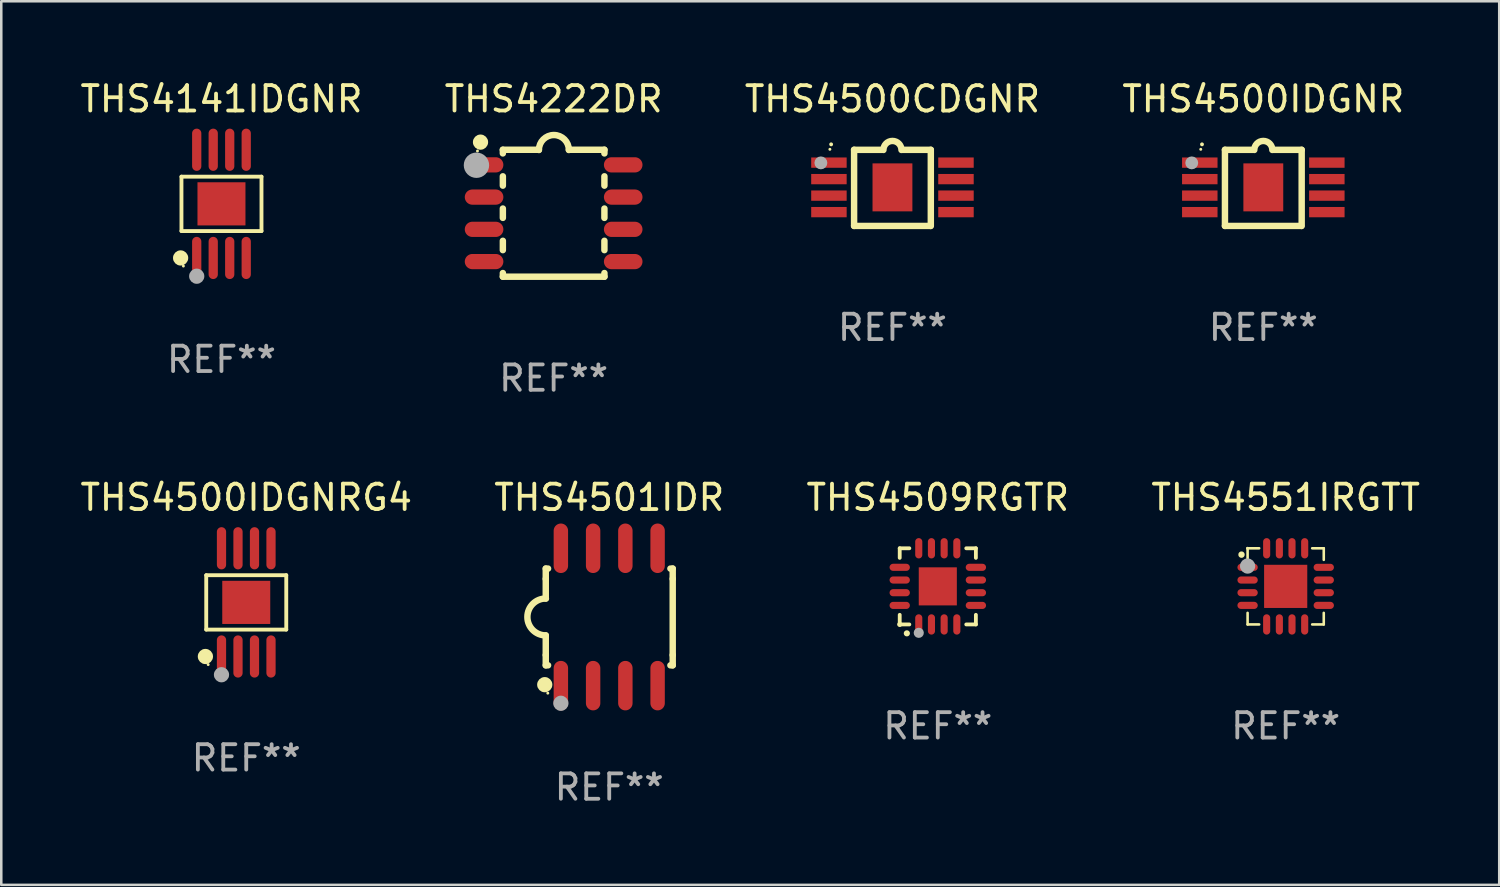
<source format=kicad_pcb>
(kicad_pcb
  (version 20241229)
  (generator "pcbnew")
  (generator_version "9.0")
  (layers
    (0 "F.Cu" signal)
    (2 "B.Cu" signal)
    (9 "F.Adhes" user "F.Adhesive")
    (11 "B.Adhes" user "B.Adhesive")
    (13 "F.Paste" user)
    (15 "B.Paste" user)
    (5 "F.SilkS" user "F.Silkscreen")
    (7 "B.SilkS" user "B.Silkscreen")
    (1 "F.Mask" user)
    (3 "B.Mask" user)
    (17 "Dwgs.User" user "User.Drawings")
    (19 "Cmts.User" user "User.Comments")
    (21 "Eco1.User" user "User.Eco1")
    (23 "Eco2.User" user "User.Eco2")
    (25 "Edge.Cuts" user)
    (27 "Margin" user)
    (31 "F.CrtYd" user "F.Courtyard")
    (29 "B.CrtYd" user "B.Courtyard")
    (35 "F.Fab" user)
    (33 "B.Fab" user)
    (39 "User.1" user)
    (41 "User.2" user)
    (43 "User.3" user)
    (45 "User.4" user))
  (footprint "THS4141IDGNR"
    (layer "F.Cu")
    (at 5.673 4.979)
    (property "Reference" "THS4141IDGNR" (at 0 -4.131 0) (layer "F.SilkS") (effects (font (size 1 1) (thickness 0.15))))
    (attr through_hole)
    (fp_line (start -1.576 -1.071) (end 1.576 -1.071) (stroke (width 0.152) (type solid)) (layer "F.SilkS"))
    (fp_line (start -1.576 1.071) (end -1.576 -1.071) (stroke (width 0.152) (type solid)) (layer "F.SilkS"))
    (fp_line (start 1.576 -1.071) (end 1.576 1.071) (stroke (width 0.152) (type solid)) (layer "F.SilkS"))
    (fp_line (start 1.576 1.071) (end -1.576 1.071) (stroke (width 0.152) (type solid)) (layer "F.SilkS"))
    (fp_circle (center -1.609 2.131) (end -1.459 2.131) (stroke (width 0.3) (type solid)) (fill no) (layer "F.SilkS"))
    (fp_circle (center -1.5 2.45) (end -1.47 2.45) (stroke (width 0.06) (type solid)) (fill no) (layer "F.SilkS"))
    (fp_circle (center -0.975 2.85) (end -0.825 2.85) (stroke (width 0.3) (type solid)) (fill no) (layer "F.Fab"))
    (fp_text user "REF**" (at 0 6.131 0) (layer "F.Fab") (effects (font (size 1 1) (thickness 0.15))))
    (pad "1" smd oval (at -0.975 2.131) (size 0.364 1.662) (layers "F.Cu" "F.Mask" "F.Paste"))
    (pad "2" smd oval (at -0.325 2.131) (size 0.364 1.662) (layers "F.Cu" "F.Mask" "F.Paste"))
    (pad "3" smd oval (at 0.325 2.131) (size 0.364 1.662) (layers "F.Cu" "F.Mask" "F.Paste"))
    (pad "4" smd oval (at 0.975 2.131) (size 0.364 1.662) (layers "F.Cu" "F.Mask" "F.Paste"))
    (pad "5" smd oval (at 0.975 -2.131) (size 0.364 1.662) (layers "F.Cu" "F.Mask" "F.Paste"))
    (pad "6" smd oval (at 0.325 -2.131) (size 0.364 1.662) (layers "F.Cu" "F.Mask" "F.Paste"))
    (pad "7" smd oval (at -0.325 -2.131) (size 0.364 1.662) (layers "F.Cu" "F.Mask" "F.Paste"))
    (pad "8" smd oval (at -0.975 -2.131) (size 0.364 1.662) (layers "F.Cu" "F.Mask" "F.Paste"))
    (pad "9" smd rect (at 0 0) (size 1.89 1.7) (layers "F.Cu" "F.Mask" "F.Paste")))
  (footprint "THS4222DR"
    (layer "F.Cu")
    (at 18.756 5.348)
    (property "Reference" "THS4222DR" (at 0 -4.5 0) (layer "F.SilkS") (effects (font (size 1 1) (thickness 0.15))))
    (attr through_hole)
    (fp_line (start -2 -2.5) (end -2 -2.356) (stroke (width 0.254) (type solid)) (layer "F.SilkS"))
    (fp_line (start -2 -1.454) (end -2 -1.086) (stroke (width 0.254) (type solid)) (layer "F.SilkS"))
    (fp_line (start -2 -0.184) (end -2 0.184) (stroke (width 0.254) (type solid)) (layer "F.SilkS"))
    (fp_line (start -2 1.086) (end -2 1.454) (stroke (width 0.254) (type solid)) (layer "F.SilkS"))
    (fp_line (start -2 2.356) (end -2 2.5) (stroke (width 0.254) (type solid)) (layer "F.SilkS"))
    (fp_line (start -0.58 -2.5) (end -2 -2.5) (stroke (width 0.254) (type solid)) (layer "F.SilkS"))
    (fp_line (start 2 -2.5) (end 0.6 -2.5) (stroke (width 0.254) (type solid)) (layer "F.SilkS"))
    (fp_line (start 2 -2.5) (end 2 -2.356) (stroke (width 0.254) (type solid)) (layer "F.SilkS"))
    (fp_line (start 2 -1.454) (end 2 -1.086) (stroke (width 0.254) (type solid)) (layer "F.SilkS"))
    (fp_line (start 2 -0.184) (end 2 0.184) (stroke (width 0.254) (type solid)) (layer "F.SilkS"))
    (fp_line (start 2 1.086) (end 2 1.454) (stroke (width 0.254) (type solid)) (layer "F.SilkS"))
    (fp_line (start 2 2.356) (end 2 2.5) (stroke (width 0.254) (type solid)) (layer "F.SilkS"))
    (fp_line (start 2 2.5) (end -2 2.5) (stroke (width 0.254) (type solid)) (layer "F.SilkS"))
    (fp_arc (start -0.579908 -2.489992) (mid 0.010097 -3.07831) (end 0.600102 -2.489992) (stroke (width 0.254001) (type solid)) (layer "F.SilkS"))
    (fp_circle (center -3 -2.45) (end -2.97 -2.45) (stroke (width 0.06) (type solid)) (fill no) (layer "F.SilkS"))
    (fp_circle (center -2.88 -2.8) (end -2.73 -2.8) (stroke (width 0.3) (type solid)) (fill no) (layer "F.SilkS"))
    (fp_circle (center -3.04 -1.89) (end -2.79 -1.89) (stroke (width 0.5) (type solid)) (fill no) (layer "F.Fab"))
    (fp_text user "REF**" (at 0 6.5 0) (layer "F.Fab") (effects (font (size 1 1) (thickness 0.15))))
    (pad "1" smd oval (at -2.74 -1.905 90) (size 0.6 1.52) (layers "F.Cu" "F.Mask" "F.Paste"))
    (pad "2" smd oval (at -2.74 -0.635 90) (size 0.6 1.52) (layers "F.Cu" "F.Mask" "F.Paste"))
    (pad "3" smd oval (at -2.74 0.635 90) (size 0.6 1.52) (layers "F.Cu" "F.Mask" "F.Paste"))
    (pad "4" smd oval (at -2.74 1.905 90) (size 0.6 1.52) (layers "F.Cu" "F.Mask" "F.Paste"))
    (pad "5" smd oval (at 2.74 1.905 90) (size 0.6 1.52) (layers "F.Cu" "F.Mask" "F.Paste"))
    (pad "6" smd oval (at 2.74 0.635 90) (size 0.6 1.52) (layers "F.Cu" "F.Mask" "F.Paste"))
    (pad "7" smd oval (at 2.74 -0.635 90) (size 0.6 1.52) (layers "F.Cu" "F.Mask" "F.Paste"))
    (pad "8" smd oval (at 2.74 -1.905 90) (size 0.6 1.52) (layers "F.Cu" "F.Mask" "F.Paste")))
  (footprint "THS4500CDGNR"
    (layer "F.Cu")
    (at 32.101 4.35)
    (property "Reference" "THS4500CDGNR" (at 0 -3.501 0) (layer "F.SilkS") (effects (font (size 1 1) (thickness 0.15))))
    (attr through_hole)
    (fp_line (start -1.511 -1.501) (end -1.511 1.499) (stroke (width 0.254) (type solid)) (layer "F.SilkS"))
    (fp_line (start -1.511 -1.499) (end -0.4 -1.499) (stroke (width 0.254) (type solid)) (layer "F.SilkS"))
    (fp_line (start -1.511 1.499) (end 1.489 1.499) (stroke (width 0.254) (type solid)) (layer "F.SilkS"))
    (fp_line (start 0.4 -1.499) (end 1.511 -1.499) (stroke (width 0.254) (type solid)) (layer "F.SilkS"))
    (fp_line (start 1.511 -1.499) (end 1.511 1.501) (stroke (width 0.254) (type solid)) (layer "F.SilkS"))
    (fp_arc (start -2.415138 -1.713233) (mid -2.415144 -1.714503) (end -2.415138 -1.715773) (stroke (width 0.150013) (type solid)) (layer "F.SilkS"))
    (fp_arc (start -0.355728 -1.493396) (mid -0.000127 -1.848997) (end 0.355474 -1.493396) (stroke (width 0.254001) (type solid)) (layer "F.SilkS"))
    (fp_circle (center -2.464 -1.519) (end -2.434 -1.519) (stroke (width 0.06) (type solid)) (fill no) (layer "F.SilkS"))
    (fp_circle (center -2.819 -0.985) (end -2.692 -0.985) (stroke (width 0.254) (type solid)) (fill no) (layer "F.Fab"))
    (fp_text user "REF**" (at 0 5.501 0) (layer "F.Fab") (effects (font (size 1 1) (thickness 0.15))))
    (pad "1" smd rect (at -2.502 -0.995) (size 1.397 0.406) (layers "F.Cu" "F.Mask" "F.Paste"))
    (pad "2" smd rect (at -2.502 -0.345) (size 1.397 0.406) (layers "F.Cu" "F.Mask" "F.Paste"))
    (pad "3" smd rect (at -2.502 0.305) (size 1.397 0.406) (layers "F.Cu" "F.Mask" "F.Paste"))
    (pad "4" smd rect (at -2.502 0.955) (size 1.397 0.406) (layers "F.Cu" "F.Mask" "F.Paste"))
    (pad "5" smd rect (at 2.502 0.955) (size 1.397 0.406) (layers "F.Cu" "F.Mask" "F.Paste"))
    (pad "6" smd rect (at 2.502 0.305) (size 1.397 0.406) (layers "F.Cu" "F.Mask" "F.Paste"))
    (pad "7" smd rect (at 2.502 -0.345) (size 1.397 0.406) (layers "F.Cu" "F.Mask" "F.Paste"))
    (pad "8" smd rect (at 2.502 -0.995) (size 1.397 0.406) (layers "F.Cu" "F.Mask" "F.Paste"))
    (pad "9" smd rect (at 0 -0.02 180) (size 1.57 1.89) (layers "F.Cu" "F.Mask" "F.Paste")))
  (footprint "THS4501IDR"
    (layer "F.Cu")
    (at 20.946 21.25)
    (property "Reference" "THS4501IDR" (at 0 -4.705 0) (layer "F.SilkS") (effects (font (size 1 1) (thickness 0.15))))
    (attr through_hole)
    (fp_line (start -2.5 -1.905) (end -2.409 -1.905) (stroke (width 0.254) (type solid)) (layer "F.SilkS"))
    (fp_line (start -2.5 -1.5) (end -2.5 -1.905) (stroke (width 0.254) (type solid)) (layer "F.SilkS"))
    (fp_line (start -2.5 -1.5) (end -2.5 -0.726) (stroke (width 0.254) (type solid)) (layer "F.SilkS"))
    (fp_line (start -2.5 1.5) (end -2.5 0.727) (stroke (width 0.254) (type solid)) (layer "F.SilkS"))
    (fp_line (start -2.5 1.5) (end -2.5 1.905) (stroke (width 0.254) (type solid)) (layer "F.SilkS"))
    (fp_line (start -2.5 1.905) (end -2.409 1.905) (stroke (width 0.254) (type solid)) (layer "F.SilkS"))
    (fp_line (start 2.5 -1.905) (end 2.409 -1.905) (stroke (width 0.254) (type solid)) (layer "F.SilkS"))
    (fp_line (start 2.5 -1.5) (end 2.5 -1.905) (stroke (width 0.254) (type solid)) (layer "F.SilkS"))
    (fp_line (start 2.5 -1.5) (end 2.5 1.5) (stroke (width 0.254) (type solid)) (layer "F.SilkS"))
    (fp_line (start 2.5 1.5) (end 2.5 1.905) (stroke (width 0.254) (type solid)) (layer "F.SilkS"))
    (fp_line (start 2.5 1.905) (end 2.409 1.905) (stroke (width 0.254) (type solid)) (layer "F.SilkS"))
    (fp_arc (start -2.5 0.726568) (mid -3.220316 -0.0023) (end -2.495097 -0.726289) (stroke (width 0.254001) (type solid)) (layer "F.SilkS"))
    (fp_circle (center -2.54 2.667) (end -2.39 2.667) (stroke (width 0.3) (type solid)) (fill no) (layer "F.SilkS"))
    (fp_circle (center -2.42 3) (end -2.39 3) (stroke (width 0.06) (type solid)) (fill no) (layer "F.SilkS"))
    (fp_circle (center -1.905 3.4) (end -1.755 3.4) (stroke (width 0.3) (type solid)) (fill no) (layer "F.Fab"))
    (fp_text user "REF**" (at 0 6.705 0) (layer "F.Fab") (effects (font (size 1 1) (thickness 0.15))))
    (pad "1" smd oval (at -1.905 2.705) (size 0.568 1.95) (layers "F.Cu" "F.Mask" "F.Paste"))
    (pad "2" smd oval (at -0.635 2.705) (size 0.568 1.95) (layers "F.Cu" "F.Mask" "F.Paste"))
    (pad "3" smd oval (at 0.635 2.705) (size 0.568 1.95) (layers "F.Cu" "F.Mask" "F.Paste"))
    (pad "4" smd oval (at 1.905 2.705) (size 0.568 1.95) (layers "F.Cu" "F.Mask" "F.Paste"))
    (pad "5" smd oval (at 1.905 -2.705) (size 0.568 1.95) (layers "F.Cu" "F.Mask" "F.Paste"))
    (pad "6" smd oval (at 0.635 -2.705) (size 0.568 1.95) (layers "F.Cu" "F.Mask" "F.Paste"))
    (pad "7" smd oval (at -0.635 -2.705) (size 0.568 1.95) (layers "F.Cu" "F.Mask" "F.Paste"))
    (pad "8" smd oval (at -1.905 -2.705) (size 0.568 1.95) (layers "F.Cu" "F.Mask" "F.Paste")))
  (footprint "THS4509RGTR"
    (layer "F.Cu")
    (at 33.887 20.045)
    (property "Reference" "THS4509RGTR" (at 0 -3.5 0) (layer "F.SilkS") (effects (font (size 1 1) (thickness 0.15))))
    (attr through_hole)
    (fp_line (start -1.5 -1.5) (end -1.121 -1.5) (stroke (width 0.15) (type solid)) (layer "F.SilkS"))
    (fp_line (start -1.5 -1.122) (end -1.5 -1.5) (stroke (width 0.15) (type solid)) (layer "F.SilkS"))
    (fp_line (start -1.5 1.5) (end -1.5 1.121) (stroke (width 0.15) (type solid)) (layer "F.SilkS"))
    (fp_line (start -1.121 1.5) (end -1.5 1.5) (stroke (width 0.15) (type solid)) (layer "F.SilkS"))
    (fp_line (start 1.121 -1.5) (end 1.5 -1.5) (stroke (width 0.15) (type solid)) (layer "F.SilkS"))
    (fp_line (start 1.5 -1.5) (end 1.5 -1.122) (stroke (width 0.15) (type solid)) (layer "F.SilkS"))
    (fp_line (start 1.5 1.121) (end 1.5 1.5) (stroke (width 0.15) (type solid)) (layer "F.SilkS"))
    (fp_line (start 1.5 1.5) (end 1.121 1.5) (stroke (width 0.15) (type solid)) (layer "F.SilkS"))
    (fp_arc (start -1.219926 1.850254) (mid -1.21891 1.85025) (end -1.217894 1.850254) (stroke (width 0.240005) (type solid)) (layer "F.SilkS"))
    (fp_circle (center -1.5 1.5) (end -1.45 1.5) (stroke (width 0.1) (type solid)) (fill no) (layer "F.SilkS"))
    (fp_circle (center -0.75 1.83) (end -0.65 1.83) (stroke (width 0.2) (type solid)) (fill no) (layer "F.Fab"))
    (fp_text user "REF**" (at 0 5.5 0) (layer "F.Fab") (effects (font (size 1 1) (thickness 0.15))))
    (pad "1" smd oval (at -0.75 1.5) (size 0.28 0.8) (layers "F.Cu" "F.Mask" "F.Paste"))
    (pad "2" smd oval (at -0.25 1.5) (size 0.28 0.8) (layers "F.Cu" "F.Mask" "F.Paste"))
    (pad "3" smd oval (at 0.25 1.5) (size 0.28 0.8) (layers "F.Cu" "F.Mask" "F.Paste"))
    (pad "4" smd oval (at 0.75 1.5) (size 0.28 0.8) (layers "F.Cu" "F.Mask" "F.Paste"))
    (pad "5" smd oval (at 1.5 0.75) (size 0.8 0.28) (layers "F.Cu" "F.Mask" "F.Paste"))
    (pad "6" smd oval (at 1.5 0.25) (size 0.8 0.28) (layers "F.Cu" "F.Mask" "F.Paste"))
    (pad "7" smd oval (at 1.5 -0.25) (size 0.8 0.28) (layers "F.Cu" "F.Mask" "F.Paste"))
    (pad "8" smd oval (at 1.5 -0.75) (size 0.8 0.28) (layers "F.Cu" "F.Mask" "F.Paste"))
    (pad "9" smd oval (at 0.75 -1.5) (size 0.28 0.8) (layers "F.Cu" "F.Mask" "F.Paste"))
    (pad "10" smd oval (at 0.25 -1.5) (size 0.28 0.8) (layers "F.Cu" "F.Mask" "F.Paste"))
    (pad "11" smd oval (at -0.25 -1.5) (size 0.28 0.8) (layers "F.Cu" "F.Mask" "F.Paste"))
    (pad "12" smd oval (at -0.75 -1.5) (size 0.28 0.8) (layers "F.Cu" "F.Mask" "F.Paste"))
    (pad "13" smd oval (at -1.5 -0.75) (size 0.8 0.28) (layers "F.Cu" "F.Mask" "F.Paste"))
    (pad "14" smd oval (at -1.5 -0.25) (size 0.8 0.28) (layers "F.Cu" "F.Mask" "F.Paste"))
    (pad "15" smd oval (at -1.5 0.25) (size 0.8 0.28) (layers "F.Cu" "F.Mask" "F.Paste"))
    (pad "16" smd oval (at -1.5 0.75) (size 0.8 0.28) (layers "F.Cu" "F.Mask" "F.Paste"))
    (pad "17" smd rect (at -0.000064 0.000165) (size 1.5 1.5) (layers "F.Cu" "F.Mask" "F.Paste")))
  (footprint "THS4500IDGNRG4"
    (layer "F.Cu")
    (at 6.649 20.676)
    (property "Reference" "THS4500IDGNRG4" (at 0 -4.131 0) (layer "F.SilkS") (effects (font (size 1 1) (thickness 0.15))))
    (attr through_hole)
    (fp_line (start -1.576 -1.071) (end 1.576 -1.071) (stroke (width 0.152) (type solid)) (layer "F.SilkS"))
    (fp_line (start -1.576 1.071) (end -1.576 -1.071) (stroke (width 0.152) (type solid)) (layer "F.SilkS"))
    (fp_line (start 1.576 -1.071) (end 1.576 1.071) (stroke (width 0.152) (type solid)) (layer "F.SilkS"))
    (fp_line (start 1.576 1.071) (end -1.576 1.071) (stroke (width 0.152) (type solid)) (layer "F.SilkS"))
    (fp_circle (center -1.609 2.131) (end -1.459 2.131) (stroke (width 0.3) (type solid)) (fill no) (layer "F.SilkS"))
    (fp_circle (center -1.5 2.45) (end -1.47 2.45) (stroke (width 0.06) (type solid)) (fill no) (layer "F.SilkS"))
    (fp_circle (center -0.975 2.85) (end -0.825 2.85) (stroke (width 0.3) (type solid)) (fill no) (layer "F.Fab"))
    (fp_text user "REF**" (at 0 6.131 0) (layer "F.Fab") (effects (font (size 1 1) (thickness 0.15))))
    (pad "1" smd oval (at -0.975 2.131) (size 0.364 1.662) (layers "F.Cu" "F.Mask" "F.Paste"))
    (pad "2" smd oval (at -0.325 2.131) (size 0.364 1.662) (layers "F.Cu" "F.Mask" "F.Paste"))
    (pad "3" smd oval (at 0.325 2.131) (size 0.364 1.662) (layers "F.Cu" "F.Mask" "F.Paste"))
    (pad "4" smd oval (at 0.975 2.131) (size 0.364 1.662) (layers "F.Cu" "F.Mask" "F.Paste"))
    (pad "5" smd oval (at 0.975 -2.131) (size 0.364 1.662) (layers "F.Cu" "F.Mask" "F.Paste"))
    (pad "6" smd oval (at 0.325 -2.131) (size 0.364 1.662) (layers "F.Cu" "F.Mask" "F.Paste"))
    (pad "7" smd oval (at -0.325 -2.131) (size 0.364 1.662) (layers "F.Cu" "F.Mask" "F.Paste"))
    (pad "8" smd oval (at -0.975 -2.131) (size 0.364 1.662) (layers "F.Cu" "F.Mask" "F.Paste"))
    (pad "9" smd rect (at 0 0) (size 1.89 1.7) (layers "F.Cu" "F.Mask" "F.Paste")))
  (footprint "THS4551IRGTT"
    (layer "F.Cu")
    (at 47.589 20.045)
    (property "Reference" "THS4551IRGTT" (at 0 -3.5 0) (layer "F.SilkS") (effects (font (size 1 1) (thickness 0.15))))
    (attr through_hole)
    (fp_line (start -1.5 -1.5) (end -1.5 -1.044) (stroke (width 0.102) (type solid)) (layer "F.SilkS"))
    (fp_line (start -1.5 1.044) (end -1.5 1.5) (stroke (width 0.102) (type solid)) (layer "F.SilkS"))
    (fp_line (start -1.5 1.5) (end -1.044 1.5) (stroke (width 0.102) (type solid)) (layer "F.SilkS"))
    (fp_line (start -1.044 -1.5) (end -1.5 -1.5) (stroke (width 0.102) (type solid)) (layer "F.SilkS"))
    (fp_line (start 1.044 1.5) (end 1.5 1.5) (stroke (width 0.102) (type solid)) (layer "F.SilkS"))
    (fp_line (start 1.5 -1.5) (end 1.044 -1.5) (stroke (width 0.102) (type solid)) (layer "F.SilkS"))
    (fp_line (start 1.5 -1.5) (end 1.5 -1.044) (stroke (width 0.102) (type solid)) (layer "F.SilkS"))
    (fp_line (start 1.5 1.044) (end 1.5 1.5) (stroke (width 0.102) (type solid)) (layer "F.SilkS"))
    (fp_arc (start -1.740005 -1.248743) (mid -1.740076 -1.250013) (end -1.740005 -1.251283) (stroke (width 0.25) (type solid)) (layer "F.SilkS"))
    (fp_circle (center -1.5 -1.5) (end -1.47 -1.5) (stroke (width 0.06) (type solid)) (fill no) (layer "F.SilkS"))
    (fp_circle (center -1.5 -0.8) (end -1.35 -0.8) (stroke (width 0.3) (type solid)) (fill no) (layer "F.Fab"))
    (fp_text user "REF**" (at 0 5.5 0) (layer "F.Fab") (effects (font (size 1 1) (thickness 0.15))))
    (pad "1" smd oval (at -1.5 -0.749) (size 0.8 0.28) (layers "F.Cu" "F.Mask" "F.Paste"))
    (pad "2" smd oval (at -1.5 -0.249) (size 0.8 0.28) (layers "F.Cu" "F.Mask" "F.Paste"))
    (pad "3" smd oval (at -1.5 0.249) (size 0.8 0.28) (layers "F.Cu" "F.Mask" "F.Paste"))
    (pad "4" smd oval (at -1.5 0.749) (size 0.8 0.28) (layers "F.Cu" "F.Mask" "F.Paste"))
    (pad "5" smd oval (at -0.749 1.5) (size 0.28 0.8) (layers "F.Cu" "F.Mask" "F.Paste"))
    (pad "6" smd oval (at -0.249 1.5) (size 0.28 0.8) (layers "F.Cu" "F.Mask" "F.Paste"))
    (pad "7" smd oval (at 0.249 1.5) (size 0.28 0.8) (layers "F.Cu" "F.Mask" "F.Paste"))
    (pad "8" smd oval (at 0.749 1.5) (size 0.28 0.8) (layers "F.Cu" "F.Mask" "F.Paste"))
    (pad "9" smd oval (at 1.5 0.749) (size 0.8 0.28) (layers "F.Cu" "F.Mask" "F.Paste"))
    (pad "10" smd oval (at 1.5 0.249) (size 0.8 0.28) (layers "F.Cu" "F.Mask" "F.Paste"))
    (pad "11" smd oval (at 1.5 -0.249) (size 0.8 0.28) (layers "F.Cu" "F.Mask" "F.Paste"))
    (pad "12" smd oval (at 1.5 -0.749) (size 0.8 0.28) (layers "F.Cu" "F.Mask" "F.Paste"))
    (pad "13" smd oval (at 0.749 -1.5) (size 0.28 0.8) (layers "F.Cu" "F.Mask" "F.Paste"))
    (pad "14" smd oval (at 0.249 -1.5) (size 0.28 0.8) (layers "F.Cu" "F.Mask" "F.Paste"))
    (pad "15" smd oval (at -0.249 -1.5) (size 0.28 0.8) (layers "F.Cu" "F.Mask" "F.Paste"))
    (pad "16" smd oval (at -0.749 -1.5) (size 0.28 0.8) (layers "F.Cu" "F.Mask" "F.Paste"))
    (pad "17" smd rect (at 0.000076 0.000152) (size 1.7 1.7) (layers "F.Cu" "F.Mask" "F.Paste")))
  (footprint "THS4500IDGNR"
    (layer "F.Cu")
    (at 46.708 4.35)
    (property "Reference" "THS4500IDGNR" (at 0 -3.501 0) (layer "F.SilkS") (effects (font (size 1 1) (thickness 0.15))))
    (attr through_hole)
    (fp_line (start -1.511 -1.501) (end -1.511 1.499) (stroke (width 0.254) (type solid)) (layer "F.SilkS"))
    (fp_line (start -1.511 -1.499) (end -0.4 -1.499) (stroke (width 0.254) (type solid)) (layer "F.SilkS"))
    (fp_line (start -1.511 1.499) (end 1.489 1.499) (stroke (width 0.254) (type solid)) (layer "F.SilkS"))
    (fp_line (start 0.4 -1.499) (end 1.511 -1.499) (stroke (width 0.254) (type solid)) (layer "F.SilkS"))
    (fp_line (start 1.511 -1.499) (end 1.511 1.501) (stroke (width 0.254) (type solid)) (layer "F.SilkS"))
    (fp_arc (start -2.415138 -1.713233) (mid -2.415144 -1.714503) (end -2.415138 -1.715773) (stroke (width 0.150013) (type solid)) (layer "F.SilkS"))
    (fp_arc (start -0.355728 -1.493396) (mid -0.000127 -1.848997) (end 0.355474 -1.493396) (stroke (width 0.254001) (type solid)) (layer "F.SilkS"))
    (fp_circle (center -2.464 -1.519) (end -2.434 -1.519) (stroke (width 0.06) (type solid)) (fill no) (layer "F.SilkS"))
    (fp_circle (center -2.819 -0.985) (end -2.692 -0.985) (stroke (width 0.254) (type solid)) (fill no) (layer "F.Fab"))
    (fp_text user "REF**" (at 0 5.501 0) (layer "F.Fab") (effects (font (size 1 1) (thickness 0.15))))
    (pad "1" smd rect (at -2.502 -0.995) (size 1.397 0.406) (layers "F.Cu" "F.Mask" "F.Paste"))
    (pad "2" smd rect (at -2.502 -0.345) (size 1.397 0.406) (layers "F.Cu" "F.Mask" "F.Paste"))
    (pad "3" smd rect (at -2.502 0.305) (size 1.397 0.406) (layers "F.Cu" "F.Mask" "F.Paste"))
    (pad "4" smd rect (at -2.502 0.955) (size 1.397 0.406) (layers "F.Cu" "F.Mask" "F.Paste"))
    (pad "5" smd rect (at 2.502 0.955) (size 1.397 0.406) (layers "F.Cu" "F.Mask" "F.Paste"))
    (pad "6" smd rect (at 2.502 0.305) (size 1.397 0.406) (layers "F.Cu" "F.Mask" "F.Paste"))
    (pad "7" smd rect (at 2.502 -0.345) (size 1.397 0.406) (layers "F.Cu" "F.Mask" "F.Paste"))
    (pad "8" smd rect (at 2.502 -0.995) (size 1.397 0.406) (layers "F.Cu" "F.Mask" "F.Paste"))
    (pad "9" smd rect (at 0 -0.02 180) (size 1.57 1.89) (layers "F.Cu" "F.Mask" "F.Paste")))
  (gr_rect
    (start -3 -3)
    (end 56 31.803)
    (stroke (width 0.1) (type default))
    (fill no)
    (layer "Edge.Cuts")))
</source>
